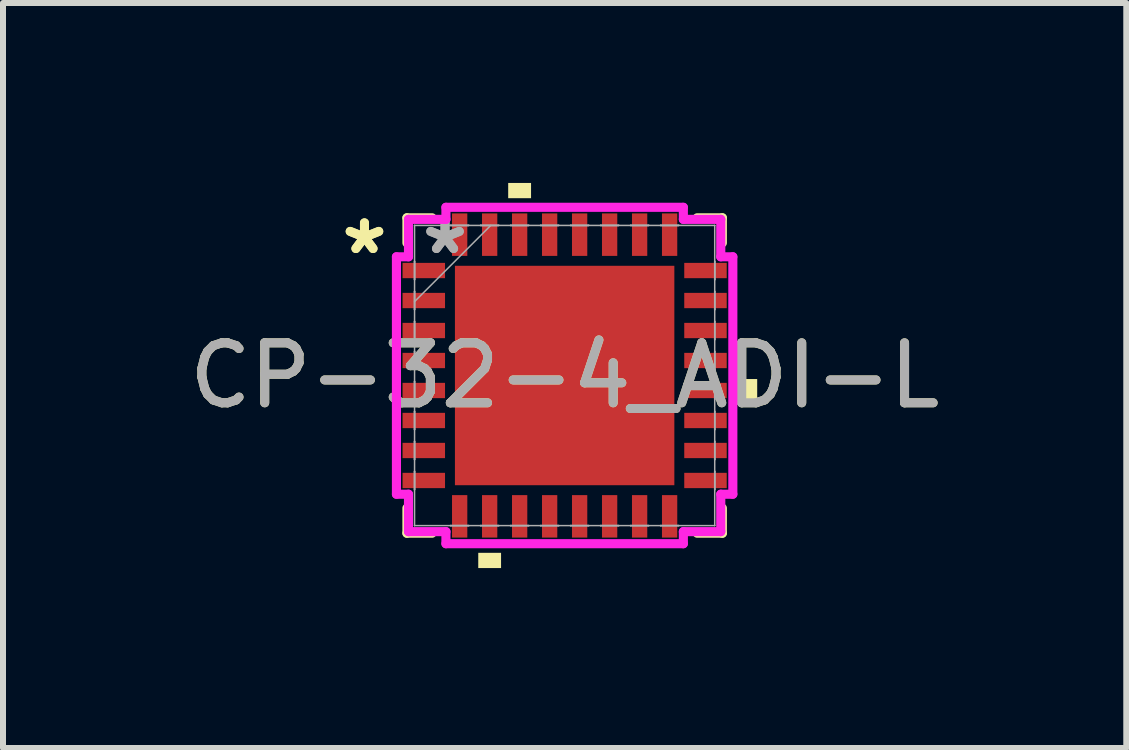
<source format=kicad_pcb>
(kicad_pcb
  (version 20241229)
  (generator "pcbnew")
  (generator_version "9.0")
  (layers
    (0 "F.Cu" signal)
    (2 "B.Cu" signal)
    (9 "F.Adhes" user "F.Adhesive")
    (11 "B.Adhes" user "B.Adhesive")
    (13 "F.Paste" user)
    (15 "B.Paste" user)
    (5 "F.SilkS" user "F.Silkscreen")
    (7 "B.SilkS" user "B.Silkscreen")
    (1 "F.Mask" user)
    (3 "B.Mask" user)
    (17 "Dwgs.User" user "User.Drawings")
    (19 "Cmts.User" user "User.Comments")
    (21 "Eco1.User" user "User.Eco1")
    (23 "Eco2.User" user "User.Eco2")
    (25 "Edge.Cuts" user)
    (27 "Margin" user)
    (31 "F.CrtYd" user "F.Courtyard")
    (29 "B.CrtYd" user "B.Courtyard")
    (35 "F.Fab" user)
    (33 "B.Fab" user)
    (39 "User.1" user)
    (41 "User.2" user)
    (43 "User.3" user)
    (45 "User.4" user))
  (footprint "CP-32-4_ADI-L"
    (layer "F.Cu")
    (at 6.363 3.21)
    (property "Reference" "CP-32-4_ADI-L" (at 0 0 0) (unlocked yes) (layer "F.SilkS") (effects (font (size 1 1) (thickness 0.15))))
    (attr smd)
    (fp_line (start -2.629 -2.629) (end -2.629 -2.21) (stroke (width 0.152) (type solid)) (layer "F.SilkS"))
    (fp_line (start -2.629 2.21) (end -2.629 2.629) (stroke (width 0.152) (type solid)) (layer "F.SilkS"))
    (fp_line (start -2.629 2.629) (end -2.21 2.629) (stroke (width 0.152) (type solid)) (layer "F.SilkS"))
    (fp_line (start -2.21 -2.629) (end -2.629 -2.629) (stroke (width 0.152) (type solid)) (layer "F.SilkS"))
    (fp_line (start 2.21 2.629) (end 2.629 2.629) (stroke (width 0.152) (type solid)) (layer "F.SilkS"))
    (fp_line (start 2.629 -2.629) (end 2.21 -2.629) (stroke (width 0.152) (type solid)) (layer "F.SilkS"))
    (fp_line (start 2.629 -2.21) (end 2.629 -2.629) (stroke (width 0.152) (type solid)) (layer "F.SilkS"))
    (fp_line (start 2.629 2.629) (end 2.629 2.21) (stroke (width 0.152) (type solid)) (layer "F.SilkS"))
    (fp_poly (pts (xy -1.44 2.956) (xy -1.44 3.21) (xy -1.06 3.21) (xy -1.06 2.956)) (stroke (width 0) (type solid)) (fill yes) (layer "F.SilkS"))
    (fp_poly (pts (xy -0.941 -2.956) (xy -0.941 -3.21) (xy -0.56 -3.21) (xy -0.56 -2.956)) (stroke (width 0) (type solid)) (fill yes) (layer "F.SilkS"))
    (fp_poly (pts (xy 3.21 0.059) (xy 3.21 0.441) (xy 2.956 0.441) (xy 2.956 0.059)) (stroke (width 0) (type solid)) (fill yes) (layer "F.SilkS"))
    (fp_poly (pts (xy -1.729 -1.729) (xy -1.729 -0.1) (xy -0.1 -0.1) (xy -0.1 -1.729)) (stroke (width 0) (type solid)) (fill yes) (layer "F.Paste"))
    (fp_poly (pts (xy -1.729 0.1) (xy -1.729 1.729) (xy -0.1 1.729) (xy -0.1 0.1)) (stroke (width 0) (type solid)) (fill yes) (layer "F.Paste"))
    (fp_poly (pts (xy 0.1 -1.729) (xy 0.1 -0.1) (xy 1.729 -0.1) (xy 1.729 -1.729)) (stroke (width 0) (type solid)) (fill yes) (layer "F.Paste"))
    (fp_poly (pts (xy 0.1 0.1) (xy 0.1 1.729) (xy 1.729 1.729) (xy 1.729 0.1)) (stroke (width 0) (type solid)) (fill yes) (layer "F.Paste"))
    (fp_line (start -2.804 -1.979) (end -2.603 -1.979) (stroke (width 0.152) (type solid)) (layer "F.CrtYd"))
    (fp_line (start -2.804 1.979) (end -2.804 -1.979) (stroke (width 0.152) (type solid)) (layer "F.CrtYd"))
    (fp_line (start -2.603 -2.603) (end -1.979 -2.603) (stroke (width 0.152) (type solid)) (layer "F.CrtYd"))
    (fp_line (start -2.603 -1.979) (end -2.603 -2.603) (stroke (width 0.152) (type solid)) (layer "F.CrtYd"))
    (fp_line (start -2.603 1.979) (end -2.804 1.979) (stroke (width 0.152) (type solid)) (layer "F.CrtYd"))
    (fp_line (start -2.603 2.603) (end -2.603 1.979) (stroke (width 0.152) (type solid)) (layer "F.CrtYd"))
    (fp_line (start -1.979 -2.804) (end 1.979 -2.804) (stroke (width 0.152) (type solid)) (layer "F.CrtYd"))
    (fp_line (start -1.979 -2.603) (end -1.979 -2.804) (stroke (width 0.152) (type solid)) (layer "F.CrtYd"))
    (fp_line (start -1.979 2.603) (end -2.603 2.603) (stroke (width 0.152) (type solid)) (layer "F.CrtYd"))
    (fp_line (start -1.979 2.804) (end -1.979 2.603) (stroke (width 0.152) (type solid)) (layer "F.CrtYd"))
    (fp_line (start 1.979 -2.804) (end 1.979 -2.603) (stroke (width 0.152) (type solid)) (layer "F.CrtYd"))
    (fp_line (start 1.979 -2.603) (end 2.603 -2.603) (stroke (width 0.152) (type solid)) (layer "F.CrtYd"))
    (fp_line (start 1.979 2.603) (end 1.979 2.804) (stroke (width 0.152) (type solid)) (layer "F.CrtYd"))
    (fp_line (start 1.979 2.804) (end -1.979 2.804) (stroke (width 0.152) (type solid)) (layer "F.CrtYd"))
    (fp_line (start 2.603 -2.603) (end 2.603 -1.979) (stroke (width 0.152) (type solid)) (layer "F.CrtYd"))
    (fp_line (start 2.603 -1.979) (end 2.804 -1.979) (stroke (width 0.152) (type solid)) (layer "F.CrtYd"))
    (fp_line (start 2.603 1.979) (end 2.603 2.603) (stroke (width 0.152) (type solid)) (layer "F.CrtYd"))
    (fp_line (start 2.603 2.603) (end 1.979 2.603) (stroke (width 0.152) (type solid)) (layer "F.CrtYd"))
    (fp_line (start 2.804 -1.979) (end 2.804 1.979) (stroke (width 0.152) (type solid)) (layer "F.CrtYd"))
    (fp_line (start 2.804 1.979) (end 2.603 1.979) (stroke (width 0.152) (type solid)) (layer "F.CrtYd"))
    (fp_line (start -2.502 -2.502) (end -2.502 -2.502) (stroke (width 0.025) (type solid)) (layer "F.Fab"))
    (fp_line (start -2.502 -2.502) (end -2.502 2.502) (stroke (width 0.025) (type solid)) (layer "F.Fab"))
    (fp_line (start -2.502 -1.902) (end -2.502 -1.902) (stroke (width 0.025) (type solid)) (layer "F.Fab"))
    (fp_line (start -2.502 -1.902) (end -2.502 -1.598) (stroke (width 0.025) (type solid)) (layer "F.Fab"))
    (fp_line (start -2.502 -1.598) (end -2.502 -1.902) (stroke (width 0.025) (type solid)) (layer "F.Fab"))
    (fp_line (start -2.502 -1.598) (end -2.502 -1.598) (stroke (width 0.025) (type solid)) (layer "F.Fab"))
    (fp_line (start -2.502 -1.402) (end -2.502 -1.402) (stroke (width 0.025) (type solid)) (layer "F.Fab"))
    (fp_line (start -2.502 -1.402) (end -2.502 -1.098) (stroke (width 0.025) (type solid)) (layer "F.Fab"))
    (fp_line (start -2.502 -1.232) (end -1.232 -2.502) (stroke (width 0.025) (type solid)) (layer "F.Fab"))
    (fp_line (start -2.502 -1.098) (end -2.502 -1.402) (stroke (width 0.025) (type solid)) (layer "F.Fab"))
    (fp_line (start -2.502 -1.098) (end -2.502 -1.098) (stroke (width 0.025) (type solid)) (layer "F.Fab"))
    (fp_line (start -2.502 -0.902) (end -2.502 -0.902) (stroke (width 0.025) (type solid)) (layer "F.Fab"))
    (fp_line (start -2.502 -0.902) (end -2.502 -0.598) (stroke (width 0.025) (type solid)) (layer "F.Fab"))
    (fp_line (start -2.502 -0.598) (end -2.502 -0.902) (stroke (width 0.025) (type solid)) (layer "F.Fab"))
    (fp_line (start -2.502 -0.598) (end -2.502 -0.598) (stroke (width 0.025) (type solid)) (layer "F.Fab"))
    (fp_line (start -2.502 -0.402) (end -2.502 -0.402) (stroke (width 0.025) (type solid)) (layer "F.Fab"))
    (fp_line (start -2.502 -0.402) (end -2.502 -0.098) (stroke (width 0.025) (type solid)) (layer "F.Fab"))
    (fp_line (start -2.502 -0.098) (end -2.502 -0.402) (stroke (width 0.025) (type solid)) (layer "F.Fab"))
    (fp_line (start -2.502 -0.098) (end -2.502 -0.098) (stroke (width 0.025) (type solid)) (layer "F.Fab"))
    (fp_line (start -2.502 0.098) (end -2.502 0.098) (stroke (width 0.025) (type solid)) (layer "F.Fab"))
    (fp_line (start -2.502 0.098) (end -2.502 0.402) (stroke (width 0.025) (type solid)) (layer "F.Fab"))
    (fp_line (start -2.502 0.402) (end -2.502 0.098) (stroke (width 0.025) (type solid)) (layer "F.Fab"))
    (fp_line (start -2.502 0.402) (end -2.502 0.402) (stroke (width 0.025) (type solid)) (layer "F.Fab"))
    (fp_line (start -2.502 0.598) (end -2.502 0.598) (stroke (width 0.025) (type solid)) (layer "F.Fab"))
    (fp_line (start -2.502 0.598) (end -2.502 0.902) (stroke (width 0.025) (type solid)) (layer "F.Fab"))
    (fp_line (start -2.502 0.902) (end -2.502 0.598) (stroke (width 0.025) (type solid)) (layer "F.Fab"))
    (fp_line (start -2.502 0.902) (end -2.502 0.902) (stroke (width 0.025) (type solid)) (layer "F.Fab"))
    (fp_line (start -2.502 1.098) (end -2.502 1.098) (stroke (width 0.025) (type solid)) (layer "F.Fab"))
    (fp_line (start -2.502 1.098) (end -2.502 1.402) (stroke (width 0.025) (type solid)) (layer "F.Fab"))
    (fp_line (start -2.502 1.402) (end -2.502 1.098) (stroke (width 0.025) (type solid)) (layer "F.Fab"))
    (fp_line (start -2.502 1.402) (end -2.502 1.402) (stroke (width 0.025) (type solid)) (layer "F.Fab"))
    (fp_line (start -2.502 1.598) (end -2.502 1.598) (stroke (width 0.025) (type solid)) (layer "F.Fab"))
    (fp_line (start -2.502 1.598) (end -2.502 1.902) (stroke (width 0.025) (type solid)) (layer "F.Fab"))
    (fp_line (start -2.502 1.902) (end -2.502 1.598) (stroke (width 0.025) (type solid)) (layer "F.Fab"))
    (fp_line (start -2.502 1.902) (end -2.502 1.902) (stroke (width 0.025) (type solid)) (layer "F.Fab"))
    (fp_line (start -2.502 2.502) (end -2.502 2.502) (stroke (width 0.025) (type solid)) (layer "F.Fab"))
    (fp_line (start -2.502 2.502) (end 2.502 2.502) (stroke (width 0.025) (type solid)) (layer "F.Fab"))
    (fp_line (start -1.902 -2.502) (end -1.902 -2.502) (stroke (width 0.025) (type solid)) (layer "F.Fab"))
    (fp_line (start -1.902 -2.502) (end -1.598 -2.502) (stroke (width 0.025) (type solid)) (layer "F.Fab"))
    (fp_line (start -1.902 2.502) (end -1.902 2.502) (stroke (width 0.025) (type solid)) (layer "F.Fab"))
    (fp_line (start -1.902 2.502) (end -1.598 2.502) (stroke (width 0.025) (type solid)) (layer "F.Fab"))
    (fp_line (start -1.598 -2.502) (end -1.902 -2.502) (stroke (width 0.025) (type solid)) (layer "F.Fab"))
    (fp_line (start -1.598 -2.502) (end -1.598 -2.502) (stroke (width 0.025) (type solid)) (layer "F.Fab"))
    (fp_line (start -1.598 2.502) (end -1.902 2.502) (stroke (width 0.025) (type solid)) (layer "F.Fab"))
    (fp_line (start -1.598 2.502) (end -1.598 2.502) (stroke (width 0.025) (type solid)) (layer "F.Fab"))
    (fp_line (start -1.402 -2.502) (end -1.402 -2.502) (stroke (width 0.025) (type solid)) (layer "F.Fab"))
    (fp_line (start -1.402 -2.502) (end -1.098 -2.502) (stroke (width 0.025) (type solid)) (layer "F.Fab"))
    (fp_line (start -1.402 2.502) (end -1.402 2.502) (stroke (width 0.025) (type solid)) (layer "F.Fab"))
    (fp_line (start -1.402 2.502) (end -1.098 2.502) (stroke (width 0.025) (type solid)) (layer "F.Fab"))
    (fp_line (start -1.098 -2.502) (end -1.402 -2.502) (stroke (width 0.025) (type solid)) (layer "F.Fab"))
    (fp_line (start -1.098 -2.502) (end -1.098 -2.502) (stroke (width 0.025) (type solid)) (layer "F.Fab"))
    (fp_line (start -1.098 2.502) (end -1.402 2.502) (stroke (width 0.025) (type solid)) (layer "F.Fab"))
    (fp_line (start -1.098 2.502) (end -1.098 2.502) (stroke (width 0.025) (type solid)) (layer "F.Fab"))
    (fp_line (start -0.902 -2.502) (end -0.902 -2.502) (stroke (width 0.025) (type solid)) (layer "F.Fab"))
    (fp_line (start -0.902 -2.502) (end -0.598 -2.502) (stroke (width 0.025) (type solid)) (layer "F.Fab"))
    (fp_line (start -0.902 2.502) (end -0.902 2.502) (stroke (width 0.025) (type solid)) (layer "F.Fab"))
    (fp_line (start -0.902 2.502) (end -0.598 2.502) (stroke (width 0.025) (type solid)) (layer "F.Fab"))
    (fp_line (start -0.598 -2.502) (end -0.902 -2.502) (stroke (width 0.025) (type solid)) (layer "F.Fab"))
    (fp_line (start -0.598 -2.502) (end -0.598 -2.502) (stroke (width 0.025) (type solid)) (layer "F.Fab"))
    (fp_line (start -0.598 2.502) (end -0.902 2.502) (stroke (width 0.025) (type solid)) (layer "F.Fab"))
    (fp_line (start -0.598 2.502) (end -0.598 2.502) (stroke (width 0.025) (type solid)) (layer "F.Fab"))
    (fp_line (start -0.402 -2.502) (end -0.402 -2.502) (stroke (width 0.025) (type solid)) (layer "F.Fab"))
    (fp_line (start -0.402 -2.502) (end -0.098 -2.502) (stroke (width 0.025) (type solid)) (layer "F.Fab"))
    (fp_line (start -0.402 2.502) (end -0.402 2.502) (stroke (width 0.025) (type solid)) (layer "F.Fab"))
    (fp_line (start -0.402 2.502) (end -0.098 2.502) (stroke (width 0.025) (type solid)) (layer "F.Fab"))
    (fp_line (start -0.098 -2.502) (end -0.402 -2.502) (stroke (width 0.025) (type solid)) (layer "F.Fab"))
    (fp_line (start -0.098 -2.502) (end -0.098 -2.502) (stroke (width 0.025) (type solid)) (layer "F.Fab"))
    (fp_line (start -0.098 2.502) (end -0.402 2.502) (stroke (width 0.025) (type solid)) (layer "F.Fab"))
    (fp_line (start -0.098 2.502) (end -0.098 2.502) (stroke (width 0.025) (type solid)) (layer "F.Fab"))
    (fp_line (start 0.098 -2.502) (end 0.098 -2.502) (stroke (width 0.025) (type solid)) (layer "F.Fab"))
    (fp_line (start 0.098 -2.502) (end 0.402 -2.502) (stroke (width 0.025) (type solid)) (layer "F.Fab"))
    (fp_line (start 0.098 2.502) (end 0.098 2.502) (stroke (width 0.025) (type solid)) (layer "F.Fab"))
    (fp_line (start 0.098 2.502) (end 0.402 2.502) (stroke (width 0.025) (type solid)) (layer "F.Fab"))
    (fp_line (start 0.402 -2.502) (end 0.098 -2.502) (stroke (width 0.025) (type solid)) (layer "F.Fab"))
    (fp_line (start 0.402 -2.502) (end 0.402 -2.502) (stroke (width 0.025) (type solid)) (layer "F.Fab"))
    (fp_line (start 0.402 2.502) (end 0.098 2.502) (stroke (width 0.025) (type solid)) (layer "F.Fab"))
    (fp_line (start 0.402 2.502) (end 0.402 2.502) (stroke (width 0.025) (type solid)) (layer "F.Fab"))
    (fp_line (start 0.598 -2.502) (end 0.598 -2.502) (stroke (width 0.025) (type solid)) (layer "F.Fab"))
    (fp_line (start 0.598 -2.502) (end 0.902 -2.502) (stroke (width 0.025) (type solid)) (layer "F.Fab"))
    (fp_line (start 0.598 2.502) (end 0.598 2.502) (stroke (width 0.025) (type solid)) (layer "F.Fab"))
    (fp_line (start 0.598 2.502) (end 0.902 2.502) (stroke (width 0.025) (type solid)) (layer "F.Fab"))
    (fp_line (start 0.902 -2.502) (end 0.598 -2.502) (stroke (width 0.025) (type solid)) (layer "F.Fab"))
    (fp_line (start 0.902 -2.502) (end 0.902 -2.502) (stroke (width 0.025) (type solid)) (layer "F.Fab"))
    (fp_line (start 0.902 2.502) (end 0.598 2.502) (stroke (width 0.025) (type solid)) (layer "F.Fab"))
    (fp_line (start 0.902 2.502) (end 0.902 2.502) (stroke (width 0.025) (type solid)) (layer "F.Fab"))
    (fp_line (start 1.098 -2.502) (end 1.098 -2.502) (stroke (width 0.025) (type solid)) (layer "F.Fab"))
    (fp_line (start 1.098 -2.502) (end 1.402 -2.502) (stroke (width 0.025) (type solid)) (layer "F.Fab"))
    (fp_line (start 1.098 2.502) (end 1.098 2.502) (stroke (width 0.025) (type solid)) (layer "F.Fab"))
    (fp_line (start 1.098 2.502) (end 1.402 2.502) (stroke (width 0.025) (type solid)) (layer "F.Fab"))
    (fp_line (start 1.402 -2.502) (end 1.098 -2.502) (stroke (width 0.025) (type solid)) (layer "F.Fab"))
    (fp_line (start 1.402 -2.502) (end 1.402 -2.502) (stroke (width 0.025) (type solid)) (layer "F.Fab"))
    (fp_line (start 1.402 2.502) (end 1.098 2.502) (stroke (width 0.025) (type solid)) (layer "F.Fab"))
    (fp_line (start 1.402 2.502) (end 1.402 2.502) (stroke (width 0.025) (type solid)) (layer "F.Fab"))
    (fp_line (start 1.598 -2.502) (end 1.598 -2.502) (stroke (width 0.025) (type solid)) (layer "F.Fab"))
    (fp_line (start 1.598 -2.502) (end 1.902 -2.502) (stroke (width 0.025) (type solid)) (layer "F.Fab"))
    (fp_line (start 1.598 2.502) (end 1.598 2.502) (stroke (width 0.025) (type solid)) (layer "F.Fab"))
    (fp_line (start 1.598 2.502) (end 1.902 2.502) (stroke (width 0.025) (type solid)) (layer "F.Fab"))
    (fp_line (start 1.902 -2.502) (end 1.598 -2.502) (stroke (width 0.025) (type solid)) (layer "F.Fab"))
    (fp_line (start 1.902 -2.502) (end 1.902 -2.502) (stroke (width 0.025) (type solid)) (layer "F.Fab"))
    (fp_line (start 1.902 2.502) (end 1.598 2.502) (stroke (width 0.025) (type solid)) (layer "F.Fab"))
    (fp_line (start 1.902 2.502) (end 1.902 2.502) (stroke (width 0.025) (type solid)) (layer "F.Fab"))
    (fp_line (start 2.502 -2.502) (end -2.502 -2.502) (stroke (width 0.025) (type solid)) (layer "F.Fab"))
    (fp_line (start 2.502 -2.502) (end 2.502 -2.502) (stroke (width 0.025) (type solid)) (layer "F.Fab"))
    (fp_line (start 2.502 -1.902) (end 2.502 -1.902) (stroke (width 0.025) (type solid)) (layer "F.Fab"))
    (fp_line (start 2.502 -1.902) (end 2.502 -1.598) (stroke (width 0.025) (type solid)) (layer "F.Fab"))
    (fp_line (start 2.502 -1.598) (end 2.502 -1.902) (stroke (width 0.025) (type solid)) (layer "F.Fab"))
    (fp_line (start 2.502 -1.598) (end 2.502 -1.598) (stroke (width 0.025) (type solid)) (layer "F.Fab"))
    (fp_line (start 2.502 -1.402) (end 2.502 -1.402) (stroke (width 0.025) (type solid)) (layer "F.Fab"))
    (fp_line (start 2.502 -1.402) (end 2.502 -1.098) (stroke (width 0.025) (type solid)) (layer "F.Fab"))
    (fp_line (start 2.502 -1.098) (end 2.502 -1.402) (stroke (width 0.025) (type solid)) (layer "F.Fab"))
    (fp_line (start 2.502 -1.098) (end 2.502 -1.098) (stroke (width 0.025) (type solid)) (layer "F.Fab"))
    (fp_line (start 2.502 -0.902) (end 2.502 -0.902) (stroke (width 0.025) (type solid)) (layer "F.Fab"))
    (fp_line (start 2.502 -0.902) (end 2.502 -0.598) (stroke (width 0.025) (type solid)) (layer "F.Fab"))
    (fp_line (start 2.502 -0.598) (end 2.502 -0.902) (stroke (width 0.025) (type solid)) (layer "F.Fab"))
    (fp_line (start 2.502 -0.598) (end 2.502 -0.598) (stroke (width 0.025) (type solid)) (layer "F.Fab"))
    (fp_line (start 2.502 -0.402) (end 2.502 -0.402) (stroke (width 0.025) (type solid)) (layer "F.Fab"))
    (fp_line (start 2.502 -0.402) (end 2.502 -0.098) (stroke (width 0.025) (type solid)) (layer "F.Fab"))
    (fp_line (start 2.502 -0.098) (end 2.502 -0.402) (stroke (width 0.025) (type solid)) (layer "F.Fab"))
    (fp_line (start 2.502 -0.098) (end 2.502 -0.098) (stroke (width 0.025) (type solid)) (layer "F.Fab"))
    (fp_line (start 2.502 0.098) (end 2.502 0.098) (stroke (width 0.025) (type solid)) (layer "F.Fab"))
    (fp_line (start 2.502 0.098) (end 2.502 0.402) (stroke (width 0.025) (type solid)) (layer "F.Fab"))
    (fp_line (start 2.502 0.402) (end 2.502 0.098) (stroke (width 0.025) (type solid)) (layer "F.Fab"))
    (fp_line (start 2.502 0.402) (end 2.502 0.402) (stroke (width 0.025) (type solid)) (layer "F.Fab"))
    (fp_line (start 2.502 0.598) (end 2.502 0.598) (stroke (width 0.025) (type solid)) (layer "F.Fab"))
    (fp_line (start 2.502 0.598) (end 2.502 0.902) (stroke (width 0.025) (type solid)) (layer "F.Fab"))
    (fp_line (start 2.502 0.902) (end 2.502 0.598) (stroke (width 0.025) (type solid)) (layer "F.Fab"))
    (fp_line (start 2.502 0.902) (end 2.502 0.902) (stroke (width 0.025) (type solid)) (layer "F.Fab"))
    (fp_line (start 2.502 1.098) (end 2.502 1.098) (stroke (width 0.025) (type solid)) (layer "F.Fab"))
    (fp_line (start 2.502 1.098) (end 2.502 1.402) (stroke (width 0.025) (type solid)) (layer "F.Fab"))
    (fp_line (start 2.502 1.402) (end 2.502 1.098) (stroke (width 0.025) (type solid)) (layer "F.Fab"))
    (fp_line (start 2.502 1.402) (end 2.502 1.402) (stroke (width 0.025) (type solid)) (layer "F.Fab"))
    (fp_line (start 2.502 1.598) (end 2.502 1.598) (stroke (width 0.025) (type solid)) (layer "F.Fab"))
    (fp_line (start 2.502 1.598) (end 2.502 1.902) (stroke (width 0.025) (type solid)) (layer "F.Fab"))
    (fp_line (start 2.502 1.902) (end 2.502 1.598) (stroke (width 0.025) (type solid)) (layer "F.Fab"))
    (fp_line (start 2.502 1.902) (end 2.502 1.902) (stroke (width 0.025) (type solid)) (layer "F.Fab"))
    (fp_line (start 2.502 2.502) (end 2.502 -2.502) (stroke (width 0.025) (type solid)) (layer "F.Fab"))
    (fp_line (start 2.502 2.502) (end 2.502 2.502) (stroke (width 0.025) (type solid)) (layer "F.Fab"))
    (fp_text user "*" (at -3.337 -2 0) (layer "F.SilkS") (effects (font (size 1 1) (thickness 0.15))))
    (fp_text user "*" (at -3.337 -2 0) (unlocked yes) (layer "F.SilkS") (effects (font (size 1 1) (thickness 0.15))))
    (fp_text user "*" (at -1.994 -2 0) (unlocked yes) (layer "F.Fab") (effects (font (size 1 1) (thickness 0.15))))
    (fp_text user "*" (at -1.994 -2 0) (layer "F.Fab") (effects (font (size 1 1) (thickness 0.15))))
    (fp_text user "${REFERENCE}" (at 0 0 0) (unlocked yes) (layer "F.Fab") (effects (font (size 1 1) (thickness 0.15))))
    (pad "1" smd rect (at -2.348 -1.75 90) (size 0.255 0.708) (layers "F.Cu" "F.Mask" "F.Paste"))
    (pad "2" smd rect (at -2.348 -1.25 90) (size 0.255 0.708) (layers "F.Cu" "F.Mask" "F.Paste"))
    (pad "3" smd rect (at -2.348 -0.75 90) (size 0.255 0.708) (layers "F.Cu" "F.Mask" "F.Paste"))
    (pad "4" smd rect (at -2.348 -0.25 90) (size 0.255 0.708) (layers "F.Cu" "F.Mask" "F.Paste"))
    (pad "5" smd rect (at -2.348 0.25 90) (size 0.255 0.708) (layers "F.Cu" "F.Mask" "F.Paste"))
    (pad "6" smd rect (at -2.348 0.75 90) (size 0.255 0.708) (layers "F.Cu" "F.Mask" "F.Paste"))
    (pad "7" smd rect (at -2.348 1.25 90) (size 0.255 0.708) (layers "F.Cu" "F.Mask" "F.Paste"))
    (pad "8" smd rect (at -2.348 1.75 90) (size 0.255 0.708) (layers "F.Cu" "F.Mask" "F.Paste"))
    (pad "9" smd rect (at -1.75 2.348) (size 0.255 0.708) (layers "F.Cu" "F.Mask" "F.Paste"))
    (pad "10" smd rect (at -1.25 2.348) (size 0.255 0.708) (layers "F.Cu" "F.Mask" "F.Paste"))
    (pad "11" smd rect (at -0.75 2.348) (size 0.255 0.708) (layers "F.Cu" "F.Mask" "F.Paste"))
    (pad "12" smd rect (at -0.25 2.348) (size 0.255 0.708) (layers "F.Cu" "F.Mask" "F.Paste"))
    (pad "13" smd rect (at 0.25 2.348) (size 0.255 0.708) (layers "F.Cu" "F.Mask" "F.Paste"))
    (pad "14" smd rect (at 0.75 2.348) (size 0.255 0.708) (layers "F.Cu" "F.Mask" "F.Paste"))
    (pad "15" smd rect (at 1.25 2.348) (size 0.255 0.708) (layers "F.Cu" "F.Mask" "F.Paste"))
    (pad "16" smd rect (at 1.75 2.348) (size 0.255 0.708) (layers "F.Cu" "F.Mask" "F.Paste"))
    (pad "17" smd rect (at 2.348 1.75 90) (size 0.255 0.708) (layers "F.Cu" "F.Mask" "F.Paste"))
    (pad "18" smd rect (at 2.348 1.25 90) (size 0.255 0.708) (layers "F.Cu" "F.Mask" "F.Paste"))
    (pad "19" smd rect (at 2.348 0.75 90) (size 0.255 0.708) (layers "F.Cu" "F.Mask" "F.Paste"))
    (pad "20" smd rect (at 2.348 0.25 90) (size 0.255 0.708) (layers "F.Cu" "F.Mask" "F.Paste"))
    (pad "21" smd rect (at 2.348 -0.25 90) (size 0.255 0.708) (layers "F.Cu" "F.Mask" "F.Paste"))
    (pad "22" smd rect (at 2.348 -0.75 90) (size 0.255 0.708) (layers "F.Cu" "F.Mask" "F.Paste"))
    (pad "23" smd rect (at 2.348 -1.25 90) (size 0.255 0.708) (layers "F.Cu" "F.Mask" "F.Paste"))
    (pad "24" smd rect (at 2.348 -1.75 90) (size 0.255 0.708) (layers "F.Cu" "F.Mask" "F.Paste"))
    (pad "25" smd rect (at 1.75 -2.348) (size 0.255 0.708) (layers "F.Cu" "F.Mask" "F.Paste"))
    (pad "26" smd rect (at 1.25 -2.348) (size 0.255 0.708) (layers "F.Cu" "F.Mask" "F.Paste"))
    (pad "27" smd rect (at 0.75 -2.348) (size 0.255 0.708) (layers "F.Cu" "F.Mask" "F.Paste"))
    (pad "28" smd rect (at 0.25 -2.348) (size 0.255 0.708) (layers "F.Cu" "F.Mask" "F.Paste"))
    (pad "29" smd rect (at -0.25 -2.348) (size 0.255 0.708) (layers "F.Cu" "F.Mask" "F.Paste"))
    (pad "30" smd rect (at -0.75 -2.348) (size 0.255 0.708) (layers "F.Cu" "F.Mask" "F.Paste"))
    (pad "31" smd rect (at -1.25 -2.348) (size 0.255 0.708) (layers "F.Cu" "F.Mask" "F.Paste"))
    (pad "32" smd rect (at -1.75 -2.348) (size 0.255 0.708) (layers "F.Cu" "F.Mask" "F.Paste"))
    (pad "33" smd rect (at 0 0) (size 3.658 3.658) (layers "F.Cu" "F.Mask" "F.Paste")))
  (gr_rect
    (start -3 -3)
    (end 15.726 9.42)
    (stroke (width 0.1) (type default))
    (fill no)
    (layer "Edge.Cuts")))
</source>
